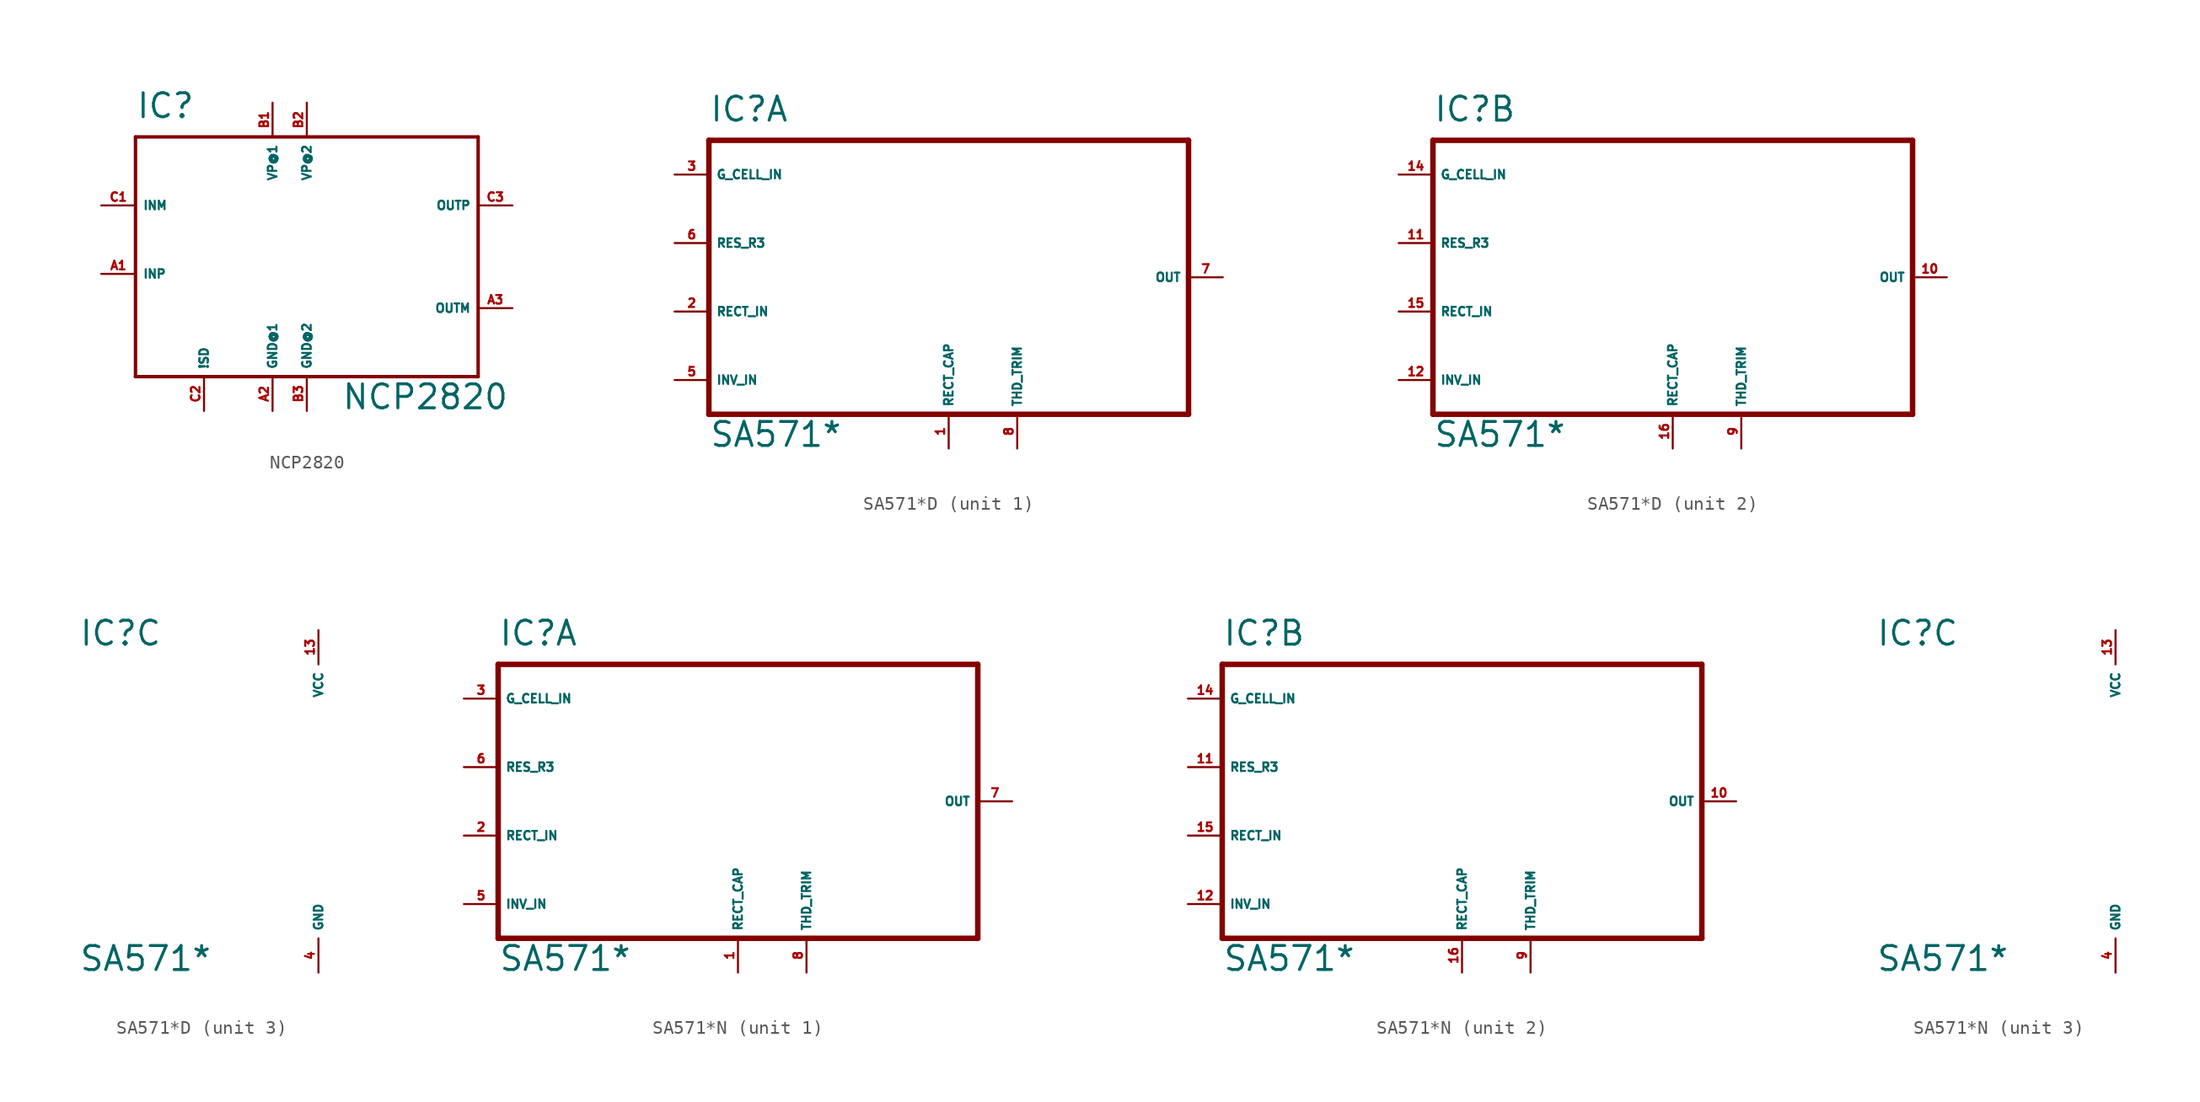
<source format=kicad_sym>
(kicad_symbol_lib
  (version 20220914)
  (generator Eagle2Kicad)
  (symbol "NCP2820"
    (property "Reference" "IC"
      (at -12.7 8.89 0)
      (effects (font (size 1.778 1.778) (thickness 0.22)) (justify left bottom)))
    (property "Value" "NCP2820"
      (at 2.54 -12.7 0)
      (effects (font (size 1.778 1.778) (thickness 0.22)) (justify left bottom)))
    (polyline
      (pts (xy -12.7 7.62) (xy 12.7 7.62))
      (stroke (width 0.254) (type default))
      (fill (type none)))
    (polyline
      (pts (xy 12.7 7.62) (xy 12.7 -10.16))
      (stroke (width 0.254) (type default))
      (fill (type none)))
    (polyline
      (pts (xy 12.7 -10.16) (xy -12.7 -10.16))
      (stroke (width 0.254) (type default))
      (fill (type none)))
    (polyline
      (pts (xy -12.7 -10.16) (xy -12.7 7.62))
      (stroke (width 0.254) (type default))
      (fill (type none)))
    (pin input line
      (at -15.24 -2.54 0)
      (length 2.54)
      (name "INP" (effects (font (size 0.635 0.635) (thickness 0.08)) (justify left bottom)))
      (number "A1" (effects (font (size 0.635 0.635) (thickness 0.08)) (justify left bottom))))
    (pin input line
      (at -15.24 2.54 0)
      (length 2.54)
      (name "INM" (effects (font (size 0.635 0.635) (thickness 0.08)) (justify left bottom)))
      (number "C1" (effects (font (size 0.635 0.635) (thickness 0.08)) (justify left bottom))))
    (pin input line
      (at -7.62 -12.7 90)
      (length 2.54)
      (name "!SD" (effects (font (size 0.635 0.635) (thickness 0.08)) (justify left bottom)))
      (number "C2" (effects (font (size 0.635 0.635) (thickness 0.08)) (justify left bottom))))
    (pin unspecified line
      (at -2.54 -12.7 90)
      (length 2.54)
      (name "GND@1" (effects (font (size 0.635 0.635) (thickness 0.08)) (justify left bottom)))
      (number "A2" (effects (font (size 0.635 0.635) (thickness 0.08)) (justify left bottom))))
    (pin unspecified line
      (at 0 -12.7 90)
      (length 2.54)
      (name "GND@2" (effects (font (size 0.635 0.635) (thickness 0.08)) (justify left bottom)))
      (number "B3" (effects (font (size 0.635 0.635) (thickness 0.08)) (justify left bottom))))
    (pin output line
      (at 15.24 -5.08 180)
      (length 2.54)
      (name "OUTM" (effects (font (size 0.635 0.635) (thickness 0.08)) (justify left bottom)))
      (number "A3" (effects (font (size 0.635 0.635) (thickness 0.08)) (justify left bottom))))
    (pin output line
      (at 15.24 2.54 180)
      (length 2.54)
      (name "OUTP" (effects (font (size 0.635 0.635) (thickness 0.08)) (justify left bottom)))
      (number "C3" (effects (font (size 0.635 0.635) (thickness 0.08)) (justify left bottom))))
    (pin unspecified line
      (at -2.54 10.16 270)
      (length 2.54)
      (name "VP@1" (effects (font (size 0.635 0.635) (thickness 0.08)) (justify left bottom)))
      (number "B1" (effects (font (size 0.635 0.635) (thickness 0.08)) (justify left bottom))))
    (pin unspecified line
      (at 0 10.16 270)
      (length 2.54)
      (name "VP@2" (effects (font (size 0.635 0.635) (thickness 0.08)) (justify left bottom)))
      (number "B2" (effects (font (size 0.635 0.635) (thickness 0.08)) (justify left bottom)))))
  (symbol "SA571*D"
    (property "Reference" "IC"
      (at -17.78 11.43 0)
      (effects (font (size 1.778 1.778) (thickness 0.22)) (justify left bottom)))
    (property "Value" "SA571*"
      (at -17.78 -12.7 0)
      (effects (font (size 1.778 1.778) (thickness 0.22)) (justify left bottom)))
    (symbol "SA571*D_1_0"
      (polyline (pts (xy -17.78 10.16) (xy 17.78 10.16)) (stroke (width 0.406) (type default)) (fill (type none)))
      (polyline (pts (xy 17.78 10.16) (xy 17.78 -10.16)) (stroke (width 0.406) (type default)) (fill (type none)))
      (polyline (pts (xy 17.78 -10.16) (xy -17.78 -10.16)) (stroke (width 0.406) (type default)) (fill (type none)))
      (polyline (pts (xy -17.78 -10.16) (xy -17.78 10.16)) (stroke (width 0.406) (type default)) (fill (type none)))
      (pin passive line (at 0 -12.7 90) (length 2.54) (name "RECT_CAP" (effects (font (size 0.635 0.635) (thickness 0.08)) (justify left bottom))) (number "1" (effects (font (size 0.635 0.635) (thickness 0.08)) (justify left bottom))))
      (pin input line (at -20.32 -2.54 0) (length 2.54) (name "RECT_IN" (effects (font (size 0.635 0.635) (thickness 0.08)) (justify left bottom))) (number "2" (effects (font (size 0.635 0.635) (thickness 0.08)) (justify left bottom))))
      (pin input line (at -20.32 7.62 0) (length 2.54) (name "G_CELL_IN" (effects (font (size 0.635 0.635) (thickness 0.08)) (justify left bottom))) (number "3" (effects (font (size 0.635 0.635) (thickness 0.08)) (justify left bottom))))
      (pin input line (at -20.32 -7.62 0) (length 2.54) (name "INV_IN" (effects (font (size 0.635 0.635) (thickness 0.08)) (justify left bottom))) (number "5" (effects (font (size 0.635 0.635) (thickness 0.08)) (justify left bottom))))
      (pin input line (at -20.32 2.54 0) (length 2.54) (name "RES_R3" (effects (font (size 0.635 0.635) (thickness 0.08)) (justify left bottom))) (number "6" (effects (font (size 0.635 0.635) (thickness 0.08)) (justify left bottom))))
      (pin output line (at 20.32 0 180) (length 2.54) (name "OUT" (effects (font (size 0.635 0.635) (thickness 0.08)) (justify left bottom))) (number "7" (effects (font (size 0.635 0.635) (thickness 0.08)) (justify left bottom))))
      (pin input line (at 5.08 -12.7 90) (length 2.54) (name "THD_TRIM" (effects (font (size 0.635 0.635) (thickness 0.08)) (justify left bottom))) (number "8" (effects (font (size 0.635 0.635) (thickness 0.08)) (justify left bottom)))))
    (symbol "SA571*D_2_0"
      (polyline (pts (xy -17.78 10.16) (xy 17.78 10.16)) (stroke (width 0.406) (type default)) (fill (type none)))
      (polyline (pts (xy 17.78 10.16) (xy 17.78 -10.16)) (stroke (width 0.406) (type default)) (fill (type none)))
      (polyline (pts (xy 17.78 -10.16) (xy -17.78 -10.16)) (stroke (width 0.406) (type default)) (fill (type none)))
      (polyline (pts (xy -17.78 -10.16) (xy -17.78 10.16)) (stroke (width 0.406) (type default)) (fill (type none)))
      (pin passive line (at 0 -12.7 90) (length 2.54) (name "RECT_CAP" (effects (font (size 0.635 0.635) (thickness 0.08)) (justify left bottom))) (number "16" (effects (font (size 0.635 0.635) (thickness 0.08)) (justify left bottom))))
      (pin input line (at -20.32 -2.54 0) (length 2.54) (name "RECT_IN" (effects (font (size 0.635 0.635) (thickness 0.08)) (justify left bottom))) (number "15" (effects (font (size 0.635 0.635) (thickness 0.08)) (justify left bottom))))
      (pin input line (at -20.32 7.62 0) (length 2.54) (name "G_CELL_IN" (effects (font (size 0.635 0.635) (thickness 0.08)) (justify left bottom))) (number "14" (effects (font (size 0.635 0.635) (thickness 0.08)) (justify left bottom))))
      (pin input line (at -20.32 -7.62 0) (length 2.54) (name "INV_IN" (effects (font (size 0.635 0.635) (thickness 0.08)) (justify left bottom))) (number "12" (effects (font (size 0.635 0.635) (thickness 0.08)) (justify left bottom))))
      (pin input line (at -20.32 2.54 0) (length 2.54) (name "RES_R3" (effects (font (size 0.635 0.635) (thickness 0.08)) (justify left bottom))) (number "11" (effects (font (size 0.635 0.635) (thickness 0.08)) (justify left bottom))))
      (pin output line (at 20.32 0 180) (length 2.54) (name "OUT" (effects (font (size 0.635 0.635) (thickness 0.08)) (justify left bottom))) (number "10" (effects (font (size 0.635 0.635) (thickness 0.08)) (justify left bottom))))
      (pin input line (at 5.08 -12.7 90) (length 2.54) (name "THD_TRIM" (effects (font (size 0.635 0.635) (thickness 0.08)) (justify left bottom))) (number "9" (effects (font (size 0.635 0.635) (thickness 0.08)) (justify left bottom)))))
    (symbol "SA571*D_3_0"
      (pin unspecified line (at 0 12.7 270) (length 2.54) (name "VCC" (effects (font (size 0.635 0.635) (thickness 0.08)) (justify left bottom))) (number "13" (effects (font (size 0.635 0.635) (thickness 0.08)) (justify left bottom))))
      (pin unspecified line (at 0 -12.7 90) (length 2.54) (name "GND" (effects (font (size 0.635 0.635) (thickness 0.08)) (justify left bottom))) (number "4" (effects (font (size 0.635 0.635) (thickness 0.08)) (justify left bottom))))))
  (symbol "SA571*N"
    (property "Reference" "IC"
      (at -17.78 11.43 0)
      (effects (font (size 1.778 1.778) (thickness 0.22)) (justify left bottom)))
    (property "Value" "SA571*"
      (at -17.78 -12.7 0)
      (effects (font (size 1.778 1.778) (thickness 0.22)) (justify left bottom)))
    (symbol "SA571*N_1_0"
      (polyline (pts (xy -17.78 10.16) (xy 17.78 10.16)) (stroke (width 0.406) (type default)) (fill (type none)))
      (polyline (pts (xy 17.78 10.16) (xy 17.78 -10.16)) (stroke (width 0.406) (type default)) (fill (type none)))
      (polyline (pts (xy 17.78 -10.16) (xy -17.78 -10.16)) (stroke (width 0.406) (type default)) (fill (type none)))
      (polyline (pts (xy -17.78 -10.16) (xy -17.78 10.16)) (stroke (width 0.406) (type default)) (fill (type none)))
      (pin passive line (at 0 -12.7 90) (length 2.54) (name "RECT_CAP" (effects (font (size 0.635 0.635) (thickness 0.08)) (justify left bottom))) (number "1" (effects (font (size 0.635 0.635) (thickness 0.08)) (justify left bottom))))
      (pin input line (at -20.32 -2.54 0) (length 2.54) (name "RECT_IN" (effects (font (size 0.635 0.635) (thickness 0.08)) (justify left bottom))) (number "2" (effects (font (size 0.635 0.635) (thickness 0.08)) (justify left bottom))))
      (pin input line (at -20.32 7.62 0) (length 2.54) (name "G_CELL_IN" (effects (font (size 0.635 0.635) (thickness 0.08)) (justify left bottom))) (number "3" (effects (font (size 0.635 0.635) (thickness 0.08)) (justify left bottom))))
      (pin input line (at -20.32 -7.62 0) (length 2.54) (name "INV_IN" (effects (font (size 0.635 0.635) (thickness 0.08)) (justify left bottom))) (number "5" (effects (font (size 0.635 0.635) (thickness 0.08)) (justify left bottom))))
      (pin input line (at -20.32 2.54 0) (length 2.54) (name "RES_R3" (effects (font (size 0.635 0.635) (thickness 0.08)) (justify left bottom))) (number "6" (effects (font (size 0.635 0.635) (thickness 0.08)) (justify left bottom))))
      (pin output line (at 20.32 0 180) (length 2.54) (name "OUT" (effects (font (size 0.635 0.635) (thickness 0.08)) (justify left bottom))) (number "7" (effects (font (size 0.635 0.635) (thickness 0.08)) (justify left bottom))))
      (pin input line (at 5.08 -12.7 90) (length 2.54) (name "THD_TRIM" (effects (font (size 0.635 0.635) (thickness 0.08)) (justify left bottom))) (number "8" (effects (font (size 0.635 0.635) (thickness 0.08)) (justify left bottom)))))
    (symbol "SA571*N_2_0"
      (polyline (pts (xy -17.78 10.16) (xy 17.78 10.16)) (stroke (width 0.406) (type default)) (fill (type none)))
      (polyline (pts (xy 17.78 10.16) (xy 17.78 -10.16)) (stroke (width 0.406) (type default)) (fill (type none)))
      (polyline (pts (xy 17.78 -10.16) (xy -17.78 -10.16)) (stroke (width 0.406) (type default)) (fill (type none)))
      (polyline (pts (xy -17.78 -10.16) (xy -17.78 10.16)) (stroke (width 0.406) (type default)) (fill (type none)))
      (pin passive line (at 0 -12.7 90) (length 2.54) (name "RECT_CAP" (effects (font (size 0.635 0.635) (thickness 0.08)) (justify left bottom))) (number "16" (effects (font (size 0.635 0.635) (thickness 0.08)) (justify left bottom))))
      (pin input line (at -20.32 -2.54 0) (length 2.54) (name "RECT_IN" (effects (font (size 0.635 0.635) (thickness 0.08)) (justify left bottom))) (number "15" (effects (font (size 0.635 0.635) (thickness 0.08)) (justify left bottom))))
      (pin input line (at -20.32 7.62 0) (length 2.54) (name "G_CELL_IN" (effects (font (size 0.635 0.635) (thickness 0.08)) (justify left bottom))) (number "14" (effects (font (size 0.635 0.635) (thickness 0.08)) (justify left bottom))))
      (pin input line (at -20.32 -7.62 0) (length 2.54) (name "INV_IN" (effects (font (size 0.635 0.635) (thickness 0.08)) (justify left bottom))) (number "12" (effects (font (size 0.635 0.635) (thickness 0.08)) (justify left bottom))))
      (pin input line (at -20.32 2.54 0) (length 2.54) (name "RES_R3" (effects (font (size 0.635 0.635) (thickness 0.08)) (justify left bottom))) (number "11" (effects (font (size 0.635 0.635) (thickness 0.08)) (justify left bottom))))
      (pin output line (at 20.32 0 180) (length 2.54) (name "OUT" (effects (font (size 0.635 0.635) (thickness 0.08)) (justify left bottom))) (number "10" (effects (font (size 0.635 0.635) (thickness 0.08)) (justify left bottom))))
      (pin input line (at 5.08 -12.7 90) (length 2.54) (name "THD_TRIM" (effects (font (size 0.635 0.635) (thickness 0.08)) (justify left bottom))) (number "9" (effects (font (size 0.635 0.635) (thickness 0.08)) (justify left bottom)))))
    (symbol "SA571*N_3_0"
      (pin unspecified line (at 0 12.7 270) (length 2.54) (name "VCC" (effects (font (size 0.635 0.635) (thickness 0.08)) (justify left bottom))) (number "13" (effects (font (size 0.635 0.635) (thickness 0.08)) (justify left bottom))))
      (pin unspecified line (at 0 -12.7 90) (length 2.54) (name "GND" (effects (font (size 0.635 0.635) (thickness 0.08)) (justify left bottom))) (number "4" (effects (font (size 0.635 0.635) (thickness 0.08)) (justify left bottom)))))))
</source>
